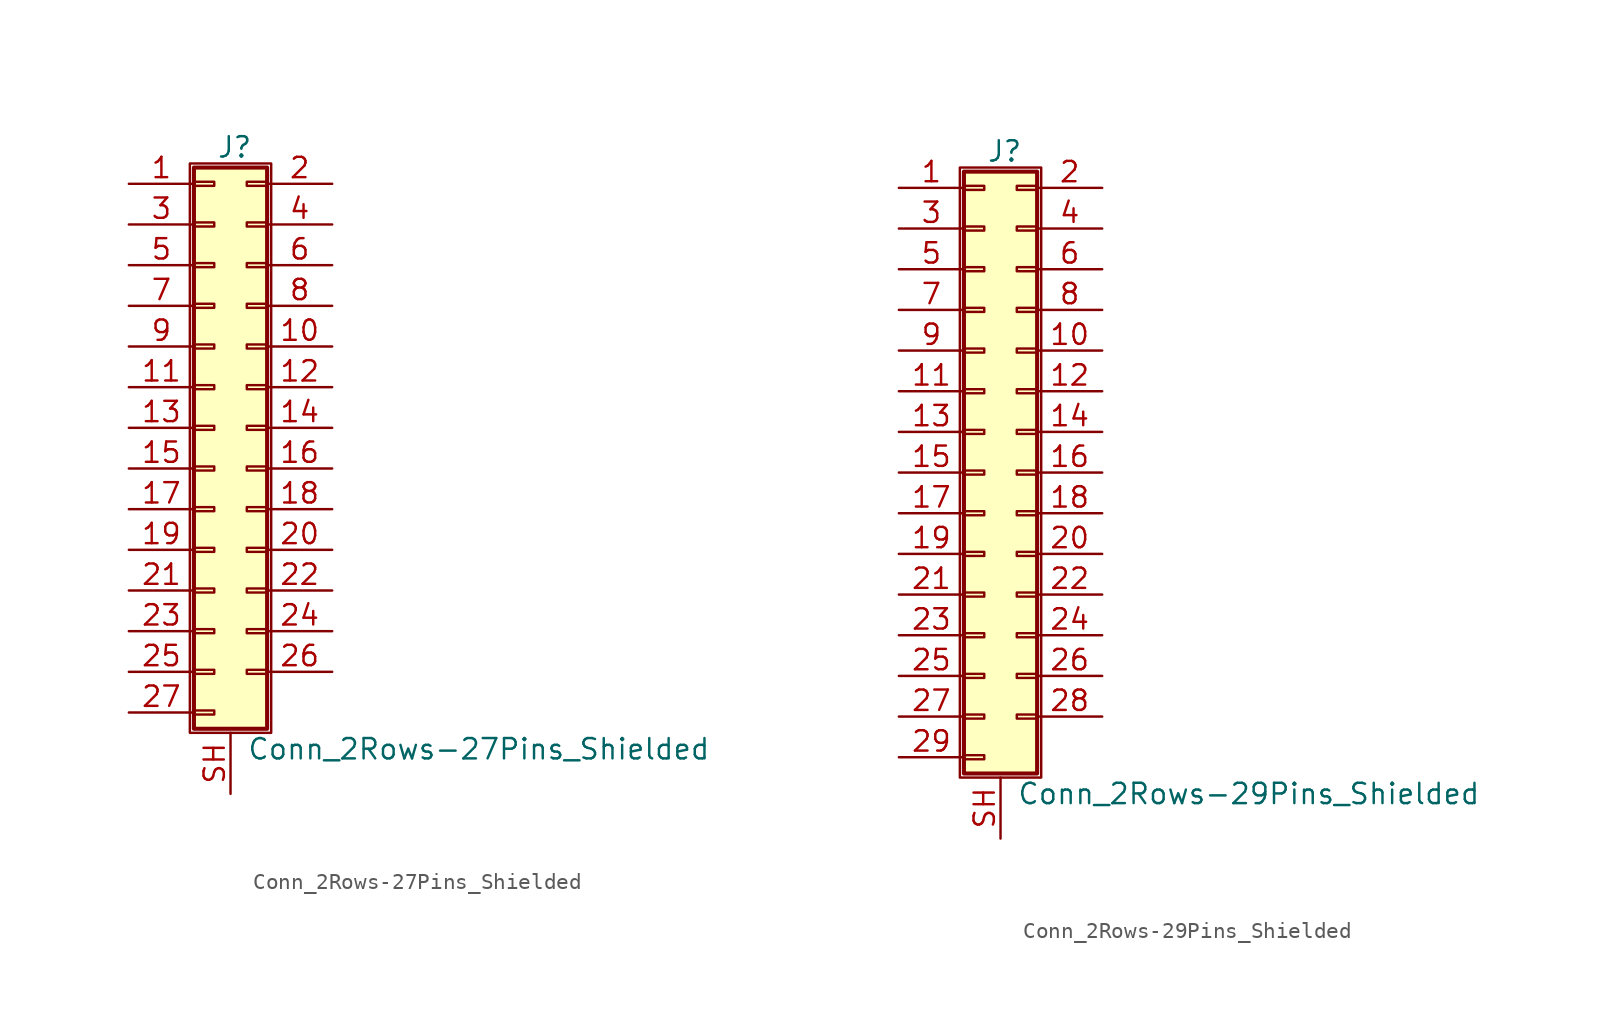
<source format=kicad_sym>
(kicad_symbol_lib
  (version 20211014)
  (generator kicad_symbol_editor)
  (symbol "Conn_2Rows-27Pins_Shielded"
    (pin_names
      (offset 1.016) hide)
    (property "Reference" "J"
      (at 1.524 17.526 0)
      (effects (font (size 1.27 1.27))))
    (property "Value" "Conn_2Rows-27Pins_Shielded"
      (at 2.286 -20.066 0)
      (effects (font (size 1.27 1.27)) (justify left)))
    (symbol "Conn_2Rows-27Pins_Shielded_1_1"
      (rectangle (start -1.27 16.51) (end 3.81 -19.05) (stroke (width 0.152) (type default) (color 0 0 0 0)) (fill (type none)))
      (rectangle (start -1.016 -17.653) (end 0.254 -17.907) (stroke (width 0.152) (type default) (color 0 0 0 0)) (fill (type none)))
      (rectangle (start -1.016 -15.113) (end 0.254 -15.367) (stroke (width 0.152) (type default) (color 0 0 0 0)) (fill (type none)))
      (rectangle (start -1.016 -12.573) (end 0.254 -12.827) (stroke (width 0.152) (type default) (color 0 0 0 0)) (fill (type none)))
      (rectangle (start -1.016 -10.033) (end 0.254 -10.287) (stroke (width 0.152) (type default) (color 0 0 0 0)) (fill (type none)))
      (rectangle (start -1.016 -7.493) (end 0.254 -7.747) (stroke (width 0.152) (type default) (color 0 0 0 0)) (fill (type none)))
      (rectangle (start -1.016 -4.953) (end 0.254 -5.207) (stroke (width 0.152) (type default) (color 0 0 0 0)) (fill (type none)))
      (rectangle (start -1.016 -2.413) (end 0.254 -2.667) (stroke (width 0.152) (type default) (color 0 0 0 0)) (fill (type none)))
      (rectangle (start -1.016 0.127) (end 0.254 -0.127) (stroke (width 0.152) (type default) (color 0 0 0 0)) (fill (type none)))
      (rectangle (start -1.016 2.667) (end 0.254 2.413) (stroke (width 0.152) (type default) (color 0 0 0 0)) (fill (type none)))
      (rectangle (start -1.016 5.207) (end 0.254 4.953) (stroke (width 0.152) (type default) (color 0 0 0 0)) (fill (type none)))
      (rectangle (start -1.016 7.747) (end 0.254 7.493) (stroke (width 0.152) (type default) (color 0 0 0 0)) (fill (type none)))
      (rectangle (start -1.016 10.287) (end 0.254 10.033) (stroke (width 0.152) (type default) (color 0 0 0 0)) (fill (type none)))
      (rectangle (start -1.016 12.827) (end 0.254 12.573) (stroke (width 0.152) (type default) (color 0 0 0 0)) (fill (type none)))
      (rectangle (start -1.016 15.367) (end 0.254 15.113) (stroke (width 0.152) (type default) (color 0 0 0 0)) (fill (type none)))
      (rectangle (start -1.016 16.256) (end 3.556 -18.796) (stroke (width 0.254) (type default) (color 0 0 0 0)) (fill (type background)))
      (rectangle (start 3.556 -15.113) (end 2.286 -15.367) (stroke (width 0.152) (type default) (color 0 0 0 0)) (fill (type none)))
      (rectangle (start 3.556 -12.573) (end 2.286 -12.827) (stroke (width 0.152) (type default) (color 0 0 0 0)) (fill (type none)))
      (rectangle (start 3.556 -10.033) (end 2.286 -10.287) (stroke (width 0.152) (type default) (color 0 0 0 0)) (fill (type none)))
      (rectangle (start 3.556 -7.493) (end 2.286 -7.747) (stroke (width 0.152) (type default) (color 0 0 0 0)) (fill (type none)))
      (rectangle (start 3.556 -4.953) (end 2.286 -5.207) (stroke (width 0.152) (type default) (color 0 0 0 0)) (fill (type none)))
      (rectangle (start 3.556 -2.413) (end 2.286 -2.667) (stroke (width 0.152) (type default) (color 0 0 0 0)) (fill (type none)))
      (rectangle (start 3.556 0.127) (end 2.286 -0.127) (stroke (width 0.152) (type default) (color 0 0 0 0)) (fill (type none)))
      (rectangle (start 3.556 2.667) (end 2.286 2.413) (stroke (width 0.152) (type default) (color 0 0 0 0)) (fill (type none)))
      (rectangle (start 3.556 5.207) (end 2.286 4.953) (stroke (width 0.152) (type default) (color 0 0 0 0)) (fill (type none)))
      (rectangle (start 3.556 7.747) (end 2.286 7.493) (stroke (width 0.152) (type default) (color 0 0 0 0)) (fill (type none)))
      (rectangle (start 3.556 10.287) (end 2.286 10.033) (stroke (width 0.152) (type default) (color 0 0 0 0)) (fill (type none)))
      (rectangle (start 3.556 12.827) (end 2.286 12.573) (stroke (width 0.152) (type default) (color 0 0 0 0)) (fill (type none)))
      (rectangle (start 3.556 15.367) (end 2.286 15.113) (stroke (width 0.152) (type default) (color 0 0 0 0)) (fill (type none)))
      (pin passive line (at -5.08 15.24 0) (length 4.064) (name "Pin_1" (effects (font (size 1.27 1.27)))) (number "1" (effects (font (size 1.27 1.27)))))
      (pin passive line (at 7.62 5.08 180) (length 4.064) (name "Pin_10" (effects (font (size 1.27 1.27)))) (number "10" (effects (font (size 1.27 1.27)))))
      (pin passive line (at -5.08 2.54 0) (length 4.064) (name "Pin_11" (effects (font (size 1.27 1.27)))) (number "11" (effects (font (size 1.27 1.27)))))
      (pin passive line (at 7.62 2.54 180) (length 4.064) (name "Pin_12" (effects (font (size 1.27 1.27)))) (number "12" (effects (font (size 1.27 1.27)))))
      (pin passive line (at -5.08 0 0) (length 4.064) (name "Pin_13" (effects (font (size 1.27 1.27)))) (number "13" (effects (font (size 1.27 1.27)))))
      (pin passive line (at 7.62 0 180) (length 4.064) (name "Pin_14" (effects (font (size 1.27 1.27)))) (number "14" (effects (font (size 1.27 1.27)))))
      (pin passive line (at -5.08 -2.54 0) (length 4.064) (name "Pin_15" (effects (font (size 1.27 1.27)))) (number "15" (effects (font (size 1.27 1.27)))))
      (pin passive line (at 7.62 -2.54 180) (length 4.064) (name "Pin_16" (effects (font (size 1.27 1.27)))) (number "16" (effects (font (size 1.27 1.27)))))
      (pin passive line (at -5.08 -5.08 0) (length 4.064) (name "Pin_17" (effects (font (size 1.27 1.27)))) (number "17" (effects (font (size 1.27 1.27)))))
      (pin passive line (at 7.62 -5.08 180) (length 4.064) (name "Pin_18" (effects (font (size 1.27 1.27)))) (number "18" (effects (font (size 1.27 1.27)))))
      (pin passive line (at -5.08 -7.62 0) (length 4.064) (name "Pin_19" (effects (font (size 1.27 1.27)))) (number "19" (effects (font (size 1.27 1.27)))))
      (pin passive line (at 7.62 15.24 180) (length 4.064) (name "Pin_2" (effects (font (size 1.27 1.27)))) (number "2" (effects (font (size 1.27 1.27)))))
      (pin passive line (at 7.62 -7.62 180) (length 4.064) (name "Pin_20" (effects (font (size 1.27 1.27)))) (number "20" (effects (font (size 1.27 1.27)))))
      (pin passive line (at -5.08 -10.16 0) (length 4.064) (name "Pin_21" (effects (font (size 1.27 1.27)))) (number "21" (effects (font (size 1.27 1.27)))))
      (pin passive line (at 7.62 -10.16 180) (length 4.064) (name "Pin_22" (effects (font (size 1.27 1.27)))) (number "22" (effects (font (size 1.27 1.27)))))
      (pin passive line (at -5.08 -12.7 0) (length 4.064) (name "Pin_23" (effects (font (size 1.27 1.27)))) (number "23" (effects (font (size 1.27 1.27)))))
      (pin passive line (at 7.62 -12.7 180) (length 4.064) (name "Pin_24" (effects (font (size 1.27 1.27)))) (number "24" (effects (font (size 1.27 1.27)))))
      (pin passive line (at -5.08 -15.24 0) (length 4.064) (name "Pin_25" (effects (font (size 1.27 1.27)))) (number "25" (effects (font (size 1.27 1.27)))))
      (pin passive line (at 7.62 -15.24 180) (length 4.064) (name "Pin_26" (effects (font (size 1.27 1.27)))) (number "26" (effects (font (size 1.27 1.27)))))
      (pin passive line (at -5.08 -17.78 0) (length 4.064) (name "Pin_27" (effects (font (size 1.27 1.27)))) (number "27" (effects (font (size 1.27 1.27)))))
      (pin passive line (at -5.08 12.7 0) (length 4.064) (name "Pin_3" (effects (font (size 1.27 1.27)))) (number "3" (effects (font (size 1.27 1.27)))))
      (pin passive line (at 7.62 12.7 180) (length 4.064) (name "Pin_4" (effects (font (size 1.27 1.27)))) (number "4" (effects (font (size 1.27 1.27)))))
      (pin passive line (at -5.08 10.16 0) (length 4.064) (name "Pin_5" (effects (font (size 1.27 1.27)))) (number "5" (effects (font (size 1.27 1.27)))))
      (pin passive line (at 7.62 10.16 180) (length 4.064) (name "Pin_6" (effects (font (size 1.27 1.27)))) (number "6" (effects (font (size 1.27 1.27)))))
      (pin passive line (at -5.08 7.62 0) (length 4.064) (name "Pin_7" (effects (font (size 1.27 1.27)))) (number "7" (effects (font (size 1.27 1.27)))))
      (pin passive line (at 7.62 7.62 180) (length 4.064) (name "Pin_8" (effects (font (size 1.27 1.27)))) (number "8" (effects (font (size 1.27 1.27)))))
      (pin passive line (at -5.08 5.08 0) (length 4.064) (name "Pin_9" (effects (font (size 1.27 1.27)))) (number "9" (effects (font (size 1.27 1.27)))))
      (pin passive line (at 1.27 -22.86 90) (length 3.81) (name "Shield" (effects (font (size 1.27 1.27)))) (number "SH" (effects (font (size 1.27 1.27)))))))
  (symbol "Conn_2Rows-29Pins_Shielded"
    (pin_names
      (offset 1.016) hide)
    (property "Reference" "J"
      (at 1.524 20.066 0)
      (effects (font (size 1.27 1.27))))
    (property "Value" "Conn_2Rows-29Pins_Shielded"
      (at 2.286 -20.066 0)
      (effects (font (size 1.27 1.27)) (justify left)))
    (symbol "Conn_2Rows-29Pins_Shielded_1_1"
      (rectangle (start -1.27 19.05) (end 3.81 -19.05) (stroke (width 0.152) (type default) (color 0 0 0 0)) (fill (type none)))
      (rectangle (start -1.016 -17.653) (end 0.254 -17.907) (stroke (width 0.152) (type default) (color 0 0 0 0)) (fill (type none)))
      (rectangle (start -1.016 -15.113) (end 0.254 -15.367) (stroke (width 0.152) (type default) (color 0 0 0 0)) (fill (type none)))
      (rectangle (start -1.016 -12.573) (end 0.254 -12.827) (stroke (width 0.152) (type default) (color 0 0 0 0)) (fill (type none)))
      (rectangle (start -1.016 -10.033) (end 0.254 -10.287) (stroke (width 0.152) (type default) (color 0 0 0 0)) (fill (type none)))
      (rectangle (start -1.016 -7.493) (end 0.254 -7.747) (stroke (width 0.152) (type default) (color 0 0 0 0)) (fill (type none)))
      (rectangle (start -1.016 -4.953) (end 0.254 -5.207) (stroke (width 0.152) (type default) (color 0 0 0 0)) (fill (type none)))
      (rectangle (start -1.016 -2.413) (end 0.254 -2.667) (stroke (width 0.152) (type default) (color 0 0 0 0)) (fill (type none)))
      (rectangle (start -1.016 0.127) (end 0.254 -0.127) (stroke (width 0.152) (type default) (color 0 0 0 0)) (fill (type none)))
      (rectangle (start -1.016 2.667) (end 0.254 2.413) (stroke (width 0.152) (type default) (color 0 0 0 0)) (fill (type none)))
      (rectangle (start -1.016 5.207) (end 0.254 4.953) (stroke (width 0.152) (type default) (color 0 0 0 0)) (fill (type none)))
      (rectangle (start -1.016 7.747) (end 0.254 7.493) (stroke (width 0.152) (type default) (color 0 0 0 0)) (fill (type none)))
      (rectangle (start -1.016 10.287) (end 0.254 10.033) (stroke (width 0.152) (type default) (color 0 0 0 0)) (fill (type none)))
      (rectangle (start -1.016 12.827) (end 0.254 12.573) (stroke (width 0.152) (type default) (color 0 0 0 0)) (fill (type none)))
      (rectangle (start -1.016 15.367) (end 0.254 15.113) (stroke (width 0.152) (type default) (color 0 0 0 0)) (fill (type none)))
      (rectangle (start -1.016 17.907) (end 0.254 17.653) (stroke (width 0.152) (type default) (color 0 0 0 0)) (fill (type none)))
      (rectangle (start -1.016 18.796) (end 3.556 -18.796) (stroke (width 0.254) (type default) (color 0 0 0 0)) (fill (type background)))
      (rectangle (start 3.556 -15.113) (end 2.286 -15.367) (stroke (width 0.152) (type default) (color 0 0 0 0)) (fill (type none)))
      (rectangle (start 3.556 -12.573) (end 2.286 -12.827) (stroke (width 0.152) (type default) (color 0 0 0 0)) (fill (type none)))
      (rectangle (start 3.556 -10.033) (end 2.286 -10.287) (stroke (width 0.152) (type default) (color 0 0 0 0)) (fill (type none)))
      (rectangle (start 3.556 -7.493) (end 2.286 -7.747) (stroke (width 0.152) (type default) (color 0 0 0 0)) (fill (type none)))
      (rectangle (start 3.556 -4.953) (end 2.286 -5.207) (stroke (width 0.152) (type default) (color 0 0 0 0)) (fill (type none)))
      (rectangle (start 3.556 -2.413) (end 2.286 -2.667) (stroke (width 0.152) (type default) (color 0 0 0 0)) (fill (type none)))
      (rectangle (start 3.556 0.127) (end 2.286 -0.127) (stroke (width 0.152) (type default) (color 0 0 0 0)) (fill (type none)))
      (rectangle (start 3.556 2.667) (end 2.286 2.413) (stroke (width 0.152) (type default) (color 0 0 0 0)) (fill (type none)))
      (rectangle (start 3.556 5.207) (end 2.286 4.953) (stroke (width 0.152) (type default) (color 0 0 0 0)) (fill (type none)))
      (rectangle (start 3.556 7.747) (end 2.286 7.493) (stroke (width 0.152) (type default) (color 0 0 0 0)) (fill (type none)))
      (rectangle (start 3.556 10.287) (end 2.286 10.033) (stroke (width 0.152) (type default) (color 0 0 0 0)) (fill (type none)))
      (rectangle (start 3.556 12.827) (end 2.286 12.573) (stroke (width 0.152) (type default) (color 0 0 0 0)) (fill (type none)))
      (rectangle (start 3.556 15.367) (end 2.286 15.113) (stroke (width 0.152) (type default) (color 0 0 0 0)) (fill (type none)))
      (rectangle (start 3.556 17.907) (end 2.286 17.653) (stroke (width 0.152) (type default) (color 0 0 0 0)) (fill (type none)))
      (pin passive line (at -5.08 17.78 0) (length 4.064) (name "Pin_1" (effects (font (size 1.27 1.27)))) (number "1" (effects (font (size 1.27 1.27)))))
      (pin passive line (at 7.62 7.62 180) (length 4.064) (name "Pin_10" (effects (font (size 1.27 1.27)))) (number "10" (effects (font (size 1.27 1.27)))))
      (pin passive line (at -5.08 5.08 0) (length 4.064) (name "Pin_11" (effects (font (size 1.27 1.27)))) (number "11" (effects (font (size 1.27 1.27)))))
      (pin passive line (at 7.62 5.08 180) (length 4.064) (name "Pin_12" (effects (font (size 1.27 1.27)))) (number "12" (effects (font (size 1.27 1.27)))))
      (pin passive line (at -5.08 2.54 0) (length 4.064) (name "Pin_13" (effects (font (size 1.27 1.27)))) (number "13" (effects (font (size 1.27 1.27)))))
      (pin passive line (at 7.62 2.54 180) (length 4.064) (name "Pin_14" (effects (font (size 1.27 1.27)))) (number "14" (effects (font (size 1.27 1.27)))))
      (pin passive line (at -5.08 0 0) (length 4.064) (name "Pin_15" (effects (font (size 1.27 1.27)))) (number "15" (effects (font (size 1.27 1.27)))))
      (pin passive line (at 7.62 0 180) (length 4.064) (name "Pin_16" (effects (font (size 1.27 1.27)))) (number "16" (effects (font (size 1.27 1.27)))))
      (pin passive line (at -5.08 -2.54 0) (length 4.064) (name "Pin_17" (effects (font (size 1.27 1.27)))) (number "17" (effects (font (size 1.27 1.27)))))
      (pin passive line (at 7.62 -2.54 180) (length 4.064) (name "Pin_18" (effects (font (size 1.27 1.27)))) (number "18" (effects (font (size 1.27 1.27)))))
      (pin passive line (at -5.08 -5.08 0) (length 4.064) (name "Pin_19" (effects (font (size 1.27 1.27)))) (number "19" (effects (font (size 1.27 1.27)))))
      (pin passive line (at 7.62 17.78 180) (length 4.064) (name "Pin_2" (effects (font (size 1.27 1.27)))) (number "2" (effects (font (size 1.27 1.27)))))
      (pin passive line (at 7.62 -5.08 180) (length 4.064) (name "Pin_20" (effects (font (size 1.27 1.27)))) (number "20" (effects (font (size 1.27 1.27)))))
      (pin passive line (at -5.08 -7.62 0) (length 4.064) (name "Pin_21" (effects (font (size 1.27 1.27)))) (number "21" (effects (font (size 1.27 1.27)))))
      (pin passive line (at 7.62 -7.62 180) (length 4.064) (name "Pin_22" (effects (font (size 1.27 1.27)))) (number "22" (effects (font (size 1.27 1.27)))))
      (pin passive line (at -5.08 -10.16 0) (length 4.064) (name "Pin_23" (effects (font (size 1.27 1.27)))) (number "23" (effects (font (size 1.27 1.27)))))
      (pin passive line (at 7.62 -10.16 180) (length 4.064) (name "Pin_24" (effects (font (size 1.27 1.27)))) (number "24" (effects (font (size 1.27 1.27)))))
      (pin passive line (at -5.08 -12.7 0) (length 4.064) (name "Pin_25" (effects (font (size 1.27 1.27)))) (number "25" (effects (font (size 1.27 1.27)))))
      (pin passive line (at 7.62 -12.7 180) (length 4.064) (name "Pin_26" (effects (font (size 1.27 1.27)))) (number "26" (effects (font (size 1.27 1.27)))))
      (pin passive line (at -5.08 -15.24 0) (length 4.064) (name "Pin_27" (effects (font (size 1.27 1.27)))) (number "27" (effects (font (size 1.27 1.27)))))
      (pin passive line (at 7.62 -15.24 180) (length 4.064) (name "Pin_28" (effects (font (size 1.27 1.27)))) (number "28" (effects (font (size 1.27 1.27)))))
      (pin passive line (at -5.08 -17.78 0) (length 4.064) (name "Pin_29" (effects (font (size 1.27 1.27)))) (number "29" (effects (font (size 1.27 1.27)))))
      (pin passive line (at -5.08 15.24 0) (length 4.064) (name "Pin_3" (effects (font (size 1.27 1.27)))) (number "3" (effects (font (size 1.27 1.27)))))
      (pin passive line (at 7.62 15.24 180) (length 4.064) (name "Pin_4" (effects (font (size 1.27 1.27)))) (number "4" (effects (font (size 1.27 1.27)))))
      (pin passive line (at -5.08 12.7 0) (length 4.064) (name "Pin_5" (effects (font (size 1.27 1.27)))) (number "5" (effects (font (size 1.27 1.27)))))
      (pin passive line (at 7.62 12.7 180) (length 4.064) (name "Pin_6" (effects (font (size 1.27 1.27)))) (number "6" (effects (font (size 1.27 1.27)))))
      (pin passive line (at -5.08 10.16 0) (length 4.064) (name "Pin_7" (effects (font (size 1.27 1.27)))) (number "7" (effects (font (size 1.27 1.27)))))
      (pin passive line (at 7.62 10.16 180) (length 4.064) (name "Pin_8" (effects (font (size 1.27 1.27)))) (number "8" (effects (font (size 1.27 1.27)))))
      (pin passive line (at -5.08 7.62 0) (length 4.064) (name "Pin_9" (effects (font (size 1.27 1.27)))) (number "9" (effects (font (size 1.27 1.27)))))
      (pin passive line (at 1.27 -22.86 90) (length 3.81) (name "Shield" (effects (font (size 1.27 1.27)))) (number "SH" (effects (font (size 1.27 1.27))))))))
</source>
